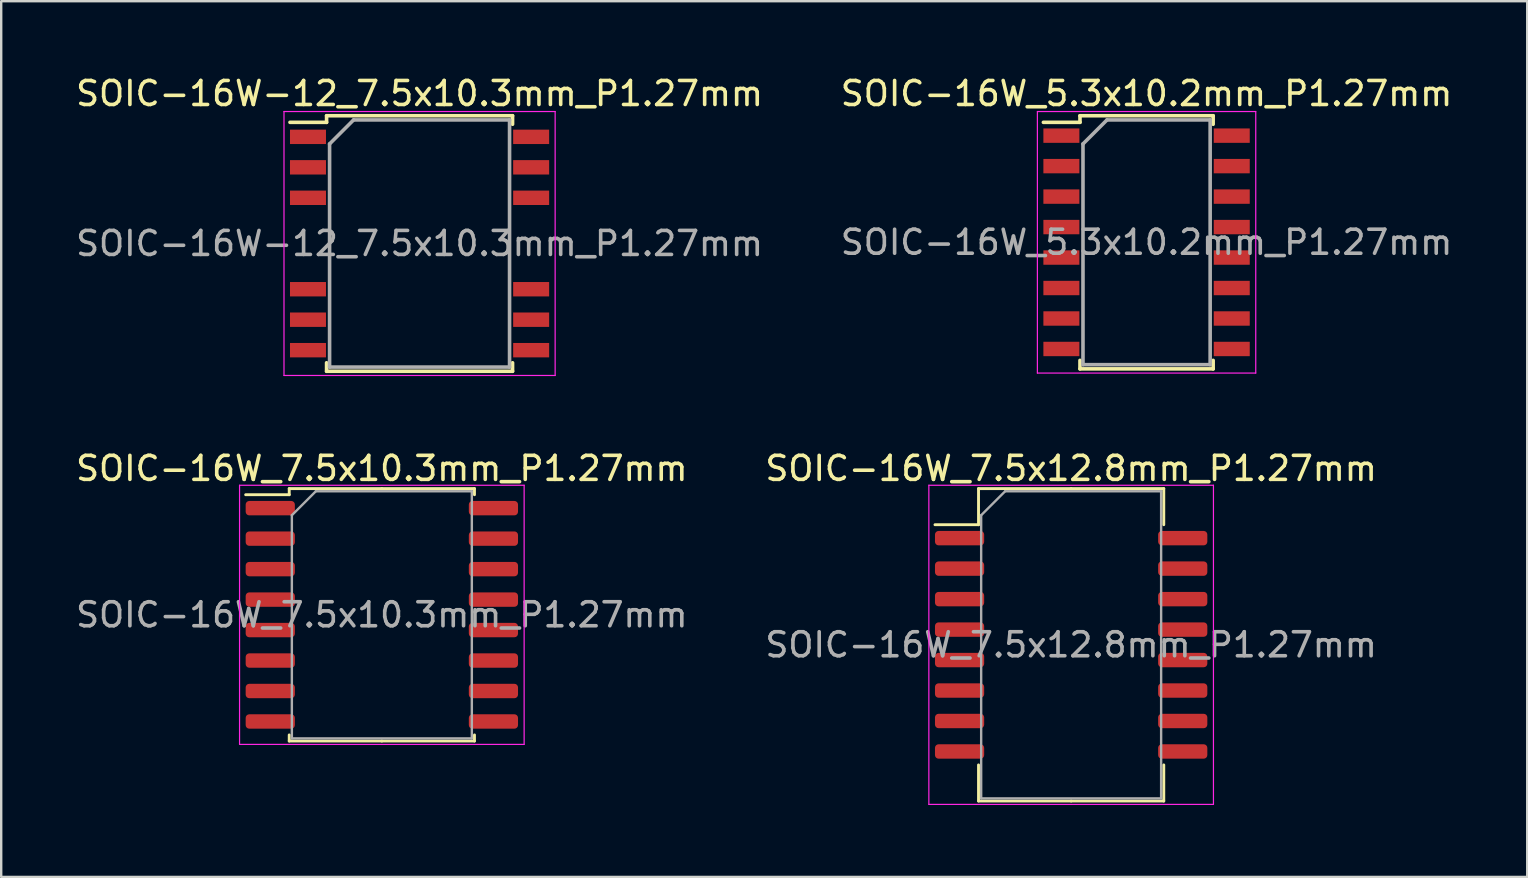
<source format=kicad_pcb>
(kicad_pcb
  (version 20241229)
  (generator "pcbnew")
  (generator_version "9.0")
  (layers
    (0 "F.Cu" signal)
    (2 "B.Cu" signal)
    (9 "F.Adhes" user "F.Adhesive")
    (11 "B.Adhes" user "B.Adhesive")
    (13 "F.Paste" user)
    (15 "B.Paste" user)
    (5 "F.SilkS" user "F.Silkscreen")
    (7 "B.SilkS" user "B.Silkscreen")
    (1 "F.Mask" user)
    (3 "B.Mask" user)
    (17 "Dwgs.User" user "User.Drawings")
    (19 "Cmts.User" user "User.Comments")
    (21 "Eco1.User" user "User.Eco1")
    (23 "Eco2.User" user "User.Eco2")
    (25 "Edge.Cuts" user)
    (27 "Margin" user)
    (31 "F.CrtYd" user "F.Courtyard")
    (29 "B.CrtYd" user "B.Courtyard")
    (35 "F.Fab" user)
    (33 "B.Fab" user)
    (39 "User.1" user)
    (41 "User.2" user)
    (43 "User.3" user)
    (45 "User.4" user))
  (footprint "SOIC-16W_7.5x10.3mm_P1.27mm"
    (layer "F.Cu")
    (at 12.863 22.572)
    (property "Reference" "SOIC-16W_7.5x10.3mm_P1.27mm" (at 0 -6.1 0) (layer "F.SilkS") (effects (font (size 1 1) (thickness 0.15))))
    (attr smd)
    (fp_line (start -3.86 -5.26) (end -3.86 -5.005) (stroke (width 0.12) (type solid)) (layer "F.SilkS"))
    (fp_line (start -3.86 -5.005) (end -5.675 -5.005) (stroke (width 0.12) (type solid)) (layer "F.SilkS"))
    (fp_line (start -3.86 5.26) (end -3.86 5.005) (stroke (width 0.12) (type solid)) (layer "F.SilkS"))
    (fp_line (start 0 -5.26) (end -3.86 -5.26) (stroke (width 0.12) (type solid)) (layer "F.SilkS"))
    (fp_line (start 0 -5.26) (end 3.86 -5.26) (stroke (width 0.12) (type solid)) (layer "F.SilkS"))
    (fp_line (start 0 5.26) (end -3.86 5.26) (stroke (width 0.12) (type solid)) (layer "F.SilkS"))
    (fp_line (start 0 5.26) (end 3.86 5.26) (stroke (width 0.12) (type solid)) (layer "F.SilkS"))
    (fp_line (start 3.86 -5.26) (end 3.86 -5.005) (stroke (width 0.12) (type solid)) (layer "F.SilkS"))
    (fp_line (start 3.86 5.26) (end 3.86 5.005) (stroke (width 0.12) (type solid)) (layer "F.SilkS"))
    (fp_line (start -5.93 -5.4) (end -5.93 5.4) (stroke (width 0.05) (type solid)) (layer "F.CrtYd"))
    (fp_line (start -5.93 5.4) (end 5.93 5.4) (stroke (width 0.05) (type solid)) (layer "F.CrtYd"))
    (fp_line (start 5.93 -5.4) (end -5.93 -5.4) (stroke (width 0.05) (type solid)) (layer "F.CrtYd"))
    (fp_line (start 5.93 5.4) (end 5.93 -5.4) (stroke (width 0.05) (type solid)) (layer "F.CrtYd"))
    (fp_line (start -3.75 -4.15) (end -2.75 -5.15) (stroke (width 0.1) (type solid)) (layer "F.Fab"))
    (fp_line (start -3.75 5.15) (end -3.75 -4.15) (stroke (width 0.1) (type solid)) (layer "F.Fab"))
    (fp_line (start -2.75 -5.15) (end 3.75 -5.15) (stroke (width 0.1) (type solid)) (layer "F.Fab"))
    (fp_line (start 3.75 -5.15) (end 3.75 5.15) (stroke (width 0.1) (type solid)) (layer "F.Fab"))
    (fp_line (start 3.75 5.15) (end -3.75 5.15) (stroke (width 0.1) (type solid)) (layer "F.Fab"))
    (fp_text user "${REFERENCE}" (at 0 0 0) (layer "F.Fab") (effects (font (size 1 1) (thickness 0.15))))
    (pad "1" smd roundrect (at -4.65 -4.445) (size 2.05 0.6) (layers "F.Cu" "F.Mask" "F.Paste") (roundrect_rratio 0.25))
    (pad "2" smd roundrect (at -4.65 -3.175) (size 2.05 0.6) (layers "F.Cu" "F.Mask" "F.Paste") (roundrect_rratio 0.25))
    (pad "3" smd roundrect (at -4.65 -1.905) (size 2.05 0.6) (layers "F.Cu" "F.Mask" "F.Paste") (roundrect_rratio 0.25))
    (pad "4" smd roundrect (at -4.65 -0.635) (size 2.05 0.6) (layers "F.Cu" "F.Mask" "F.Paste") (roundrect_rratio 0.25))
    (pad "5" smd roundrect (at -4.65 0.635) (size 2.05 0.6) (layers "F.Cu" "F.Mask" "F.Paste") (roundrect_rratio 0.25))
    (pad "6" smd roundrect (at -4.65 1.905) (size 2.05 0.6) (layers "F.Cu" "F.Mask" "F.Paste") (roundrect_rratio 0.25))
    (pad "7" smd roundrect (at -4.65 3.175) (size 2.05 0.6) (layers "F.Cu" "F.Mask" "F.Paste") (roundrect_rratio 0.25))
    (pad "8" smd roundrect (at -4.65 4.445) (size 2.05 0.6) (layers "F.Cu" "F.Mask" "F.Paste") (roundrect_rratio 0.25))
    (pad "9" smd roundrect (at 4.65 4.445) (size 2.05 0.6) (layers "F.Cu" "F.Mask" "F.Paste") (roundrect_rratio 0.25))
    (pad "10" smd roundrect (at 4.65 3.175) (size 2.05 0.6) (layers "F.Cu" "F.Mask" "F.Paste") (roundrect_rratio 0.25))
    (pad "11" smd roundrect (at 4.65 1.905) (size 2.05 0.6) (layers "F.Cu" "F.Mask" "F.Paste") (roundrect_rratio 0.25))
    (pad "12" smd roundrect (at 4.65 0.635) (size 2.05 0.6) (layers "F.Cu" "F.Mask" "F.Paste") (roundrect_rratio 0.25))
    (pad "13" smd roundrect (at 4.65 -0.635) (size 2.05 0.6) (layers "F.Cu" "F.Mask" "F.Paste") (roundrect_rratio 0.25))
    (pad "14" smd roundrect (at 4.65 -1.905) (size 2.05 0.6) (layers "F.Cu" "F.Mask" "F.Paste") (roundrect_rratio 0.25))
    (pad "15" smd roundrect (at 4.65 -3.175) (size 2.05 0.6) (layers "F.Cu" "F.Mask" "F.Paste") (roundrect_rratio 0.25))
    (pad "16" smd roundrect (at 4.65 -4.445) (size 2.05 0.6) (layers "F.Cu" "F.Mask" "F.Paste") (roundrect_rratio 0.25)))
  (footprint "SOIC-16W_7.5x12.8mm_P1.27mm"
    (layer "F.Cu")
    (at 41.589 23.822)
    (property "Reference" "SOIC-16W_7.5x12.8mm_P1.27mm" (at 0 -7.35 0) (layer "F.SilkS") (effects (font (size 1 1) (thickness 0.15))))
    (attr smd)
    (fp_line (start -3.86 -6.51) (end -3.86 -5.005) (stroke (width 0.12) (type solid)) (layer "F.SilkS"))
    (fp_line (start -3.86 -5.005) (end -5.675 -5.005) (stroke (width 0.12) (type solid)) (layer "F.SilkS"))
    (fp_line (start -3.86 6.51) (end -3.86 5.005) (stroke (width 0.12) (type solid)) (layer "F.SilkS"))
    (fp_line (start 0 -6.51) (end -3.86 -6.51) (stroke (width 0.12) (type solid)) (layer "F.SilkS"))
    (fp_line (start 0 -6.51) (end 3.86 -6.51) (stroke (width 0.12) (type solid)) (layer "F.SilkS"))
    (fp_line (start 0 6.51) (end -3.86 6.51) (stroke (width 0.12) (type solid)) (layer "F.SilkS"))
    (fp_line (start 0 6.51) (end 3.86 6.51) (stroke (width 0.12) (type solid)) (layer "F.SilkS"))
    (fp_line (start 3.86 -6.51) (end 3.86 -5.005) (stroke (width 0.12) (type solid)) (layer "F.SilkS"))
    (fp_line (start 3.86 6.51) (end 3.86 5.005) (stroke (width 0.12) (type solid)) (layer "F.SilkS"))
    (fp_line (start -5.93 -6.65) (end -5.93 6.65) (stroke (width 0.05) (type solid)) (layer "F.CrtYd"))
    (fp_line (start -5.93 6.65) (end 5.93 6.65) (stroke (width 0.05) (type solid)) (layer "F.CrtYd"))
    (fp_line (start 5.93 -6.65) (end -5.93 -6.65) (stroke (width 0.05) (type solid)) (layer "F.CrtYd"))
    (fp_line (start 5.93 6.65) (end 5.93 -6.65) (stroke (width 0.05) (type solid)) (layer "F.CrtYd"))
    (fp_line (start -3.75 -5.4) (end -2.75 -6.4) (stroke (width 0.1) (type solid)) (layer "F.Fab"))
    (fp_line (start -3.75 6.4) (end -3.75 -5.4) (stroke (width 0.1) (type solid)) (layer "F.Fab"))
    (fp_line (start -2.75 -6.4) (end 3.75 -6.4) (stroke (width 0.1) (type solid)) (layer "F.Fab"))
    (fp_line (start 3.75 -6.4) (end 3.75 6.4) (stroke (width 0.1) (type solid)) (layer "F.Fab"))
    (fp_line (start 3.75 6.4) (end -3.75 6.4) (stroke (width 0.1) (type solid)) (layer "F.Fab"))
    (fp_text user "${REFERENCE}" (at 0 0 0) (layer "F.Fab") (effects (font (size 1 1) (thickness 0.15))))
    (pad "1" smd roundrect (at -4.65 -4.445) (size 2.05 0.6) (layers "F.Cu" "F.Mask" "F.Paste") (roundrect_rratio 0.25))
    (pad "2" smd roundrect (at -4.65 -3.175) (size 2.05 0.6) (layers "F.Cu" "F.Mask" "F.Paste") (roundrect_rratio 0.25))
    (pad "3" smd roundrect (at -4.65 -1.905) (size 2.05 0.6) (layers "F.Cu" "F.Mask" "F.Paste") (roundrect_rratio 0.25))
    (pad "4" smd roundrect (at -4.65 -0.635) (size 2.05 0.6) (layers "F.Cu" "F.Mask" "F.Paste") (roundrect_rratio 0.25))
    (pad "5" smd roundrect (at -4.65 0.635) (size 2.05 0.6) (layers "F.Cu" "F.Mask" "F.Paste") (roundrect_rratio 0.25))
    (pad "6" smd roundrect (at -4.65 1.905) (size 2.05 0.6) (layers "F.Cu" "F.Mask" "F.Paste") (roundrect_rratio 0.25))
    (pad "7" smd roundrect (at -4.65 3.175) (size 2.05 0.6) (layers "F.Cu" "F.Mask" "F.Paste") (roundrect_rratio 0.25))
    (pad "8" smd roundrect (at -4.65 4.445) (size 2.05 0.6) (layers "F.Cu" "F.Mask" "F.Paste") (roundrect_rratio 0.25))
    (pad "9" smd roundrect (at 4.65 4.445) (size 2.05 0.6) (layers "F.Cu" "F.Mask" "F.Paste") (roundrect_rratio 0.25))
    (pad "10" smd roundrect (at 4.65 3.175) (size 2.05 0.6) (layers "F.Cu" "F.Mask" "F.Paste") (roundrect_rratio 0.25))
    (pad "11" smd roundrect (at 4.65 1.905) (size 2.05 0.6) (layers "F.Cu" "F.Mask" "F.Paste") (roundrect_rratio 0.25))
    (pad "12" smd roundrect (at 4.65 0.635) (size 2.05 0.6) (layers "F.Cu" "F.Mask" "F.Paste") (roundrect_rratio 0.25))
    (pad "13" smd roundrect (at 4.65 -0.635) (size 2.05 0.6) (layers "F.Cu" "F.Mask" "F.Paste") (roundrect_rratio 0.25))
    (pad "14" smd roundrect (at 4.65 -1.905) (size 2.05 0.6) (layers "F.Cu" "F.Mask" "F.Paste") (roundrect_rratio 0.25))
    (pad "15" smd roundrect (at 4.65 -3.175) (size 2.05 0.6) (layers "F.Cu" "F.Mask" "F.Paste") (roundrect_rratio 0.25))
    (pad "16" smd roundrect (at 4.65 -4.445) (size 2.05 0.6) (layers "F.Cu" "F.Mask" "F.Paste") (roundrect_rratio 0.25)))
  (footprint "SOIC-16W_5.3x10.2mm_P1.27mm"
    (layer "F.Cu")
    (at 44.732 7.048)
    (property "Reference" "SOIC-16W_5.3x10.2mm_P1.27mm" (at 0 -6.2 0) (layer "F.SilkS") (effects (font (size 1 1) (thickness 0.15))))
    (attr smd)
    (fp_line (start -2.775 -5.275) (end -2.775 -5) (stroke (width 0.15) (type solid)) (layer "F.SilkS"))
    (fp_line (start -2.775 -5.275) (end 2.775 -5.275) (stroke (width 0.15) (type solid)) (layer "F.SilkS"))
    (fp_line (start -2.775 -5) (end -4.3 -5) (stroke (width 0.15) (type solid)) (layer "F.SilkS"))
    (fp_line (start -2.775 5.275) (end -2.775 4.92) (stroke (width 0.15) (type solid)) (layer "F.SilkS"))
    (fp_line (start -2.775 5.275) (end 2.775 5.275) (stroke (width 0.15) (type solid)) (layer "F.SilkS"))
    (fp_line (start 2.775 -5.275) (end 2.775 -4.92) (stroke (width 0.15) (type solid)) (layer "F.SilkS"))
    (fp_line (start 2.775 5.275) (end 2.775 4.92) (stroke (width 0.15) (type solid)) (layer "F.SilkS"))
    (fp_line (start -4.55 -5.45) (end -4.55 5.45) (stroke (width 0.05) (type solid)) (layer "F.CrtYd"))
    (fp_line (start -4.55 -5.45) (end 4.55 -5.45) (stroke (width 0.05) (type solid)) (layer "F.CrtYd"))
    (fp_line (start -4.55 5.45) (end 4.55 5.45) (stroke (width 0.05) (type solid)) (layer "F.CrtYd"))
    (fp_line (start 4.55 -5.45) (end 4.55 5.45) (stroke (width 0.05) (type solid)) (layer "F.CrtYd"))
    (fp_line (start -2.65 -4.1) (end -1.65 -5.1) (stroke (width 0.15) (type solid)) (layer "F.Fab"))
    (fp_line (start -2.65 5.1) (end -2.65 -4.1) (stroke (width 0.15) (type solid)) (layer "F.Fab"))
    (fp_line (start -1.65 -5.1) (end 2.65 -5.1) (stroke (width 0.15) (type solid)) (layer "F.Fab"))
    (fp_line (start 2.65 -5.1) (end 2.65 5.1) (stroke (width 0.15) (type solid)) (layer "F.Fab"))
    (fp_line (start 2.65 5.1) (end -2.65 5.1) (stroke (width 0.15) (type solid)) (layer "F.Fab"))
    (fp_text user "${REFERENCE}" (at 0 0 0) (layer "F.Fab") (effects (font (size 1 1) (thickness 0.15))))
    (pad "1" smd rect (at -3.55 -4.445) (size 1.5 0.6) (layers "F.Cu" "F.Mask" "F.Paste"))
    (pad "2" smd rect (at -3.55 -3.175) (size 1.5 0.6) (layers "F.Cu" "F.Mask" "F.Paste"))
    (pad "3" smd rect (at -3.55 -1.905) (size 1.5 0.6) (layers "F.Cu" "F.Mask" "F.Paste"))
    (pad "4" smd rect (at -3.55 -0.635) (size 1.5 0.6) (layers "F.Cu" "F.Mask" "F.Paste"))
    (pad "5" smd rect (at -3.55 0.635) (size 1.5 0.6) (layers "F.Cu" "F.Mask" "F.Paste"))
    (pad "6" smd rect (at -3.55 1.905) (size 1.5 0.6) (layers "F.Cu" "F.Mask" "F.Paste"))
    (pad "7" smd rect (at -3.55 3.175) (size 1.5 0.6) (layers "F.Cu" "F.Mask" "F.Paste"))
    (pad "8" smd rect (at -3.55 4.445) (size 1.5 0.6) (layers "F.Cu" "F.Mask" "F.Paste"))
    (pad "9" smd rect (at 3.55 4.445) (size 1.5 0.6) (layers "F.Cu" "F.Mask" "F.Paste"))
    (pad "10" smd rect (at 3.55 3.175) (size 1.5 0.6) (layers "F.Cu" "F.Mask" "F.Paste"))
    (pad "11" smd rect (at 3.55 1.905) (size 1.5 0.6) (layers "F.Cu" "F.Mask" "F.Paste"))
    (pad "12" smd rect (at 3.55 0.635) (size 1.5 0.6) (layers "F.Cu" "F.Mask" "F.Paste"))
    (pad "13" smd rect (at 3.55 -0.635) (size 1.5 0.6) (layers "F.Cu" "F.Mask" "F.Paste"))
    (pad "14" smd rect (at 3.55 -1.905) (size 1.5 0.6) (layers "F.Cu" "F.Mask" "F.Paste"))
    (pad "15" smd rect (at 3.55 -3.175) (size 1.5 0.6) (layers "F.Cu" "F.Mask" "F.Paste"))
    (pad "16" smd rect (at 3.55 -4.445) (size 1.5 0.6) (layers "F.Cu" "F.Mask" "F.Paste")))
  (footprint "SOIC-16W-12_7.5x10.3mm_P1.27mm"
    (layer "F.Cu")
    (at 14.435 7.098)
    (property "Reference" "SOIC-16W-12_7.5x10.3mm_P1.27mm" (at 0 -6.25 0) (layer "F.SilkS") (effects (font (size 1 1) (thickness 0.15))))
    (attr smd)
    (fp_line (start -3.875 -5.325) (end -3.875 -5.05) (stroke (width 0.15) (type solid)) (layer "F.SilkS"))
    (fp_line (start -3.875 -5.325) (end 3.875 -5.325) (stroke (width 0.15) (type solid)) (layer "F.SilkS"))
    (fp_line (start -3.875 -5.05) (end -5.4 -5.05) (stroke (width 0.15) (type solid)) (layer "F.SilkS"))
    (fp_line (start -3.875 5.325) (end -3.875 4.97) (stroke (width 0.15) (type solid)) (layer "F.SilkS"))
    (fp_line (start -3.875 5.325) (end 3.875 5.325) (stroke (width 0.15) (type solid)) (layer "F.SilkS"))
    (fp_line (start 3.875 -5.325) (end 3.875 -4.97) (stroke (width 0.15) (type solid)) (layer "F.SilkS"))
    (fp_line (start 3.875 5.325) (end 3.875 4.97) (stroke (width 0.15) (type solid)) (layer "F.SilkS"))
    (fp_line (start -5.65 -5.5) (end -5.65 5.5) (stroke (width 0.05) (type solid)) (layer "F.CrtYd"))
    (fp_line (start -5.65 -5.5) (end 5.65 -5.5) (stroke (width 0.05) (type solid)) (layer "F.CrtYd"))
    (fp_line (start -5.65 5.5) (end 5.65 5.5) (stroke (width 0.05) (type solid)) (layer "F.CrtYd"))
    (fp_line (start 5.65 -5.5) (end 5.65 5.5) (stroke (width 0.05) (type solid)) (layer "F.CrtYd"))
    (fp_line (start -3.75 -4.15) (end -2.75 -5.15) (stroke (width 0.15) (type solid)) (layer "F.Fab"))
    (fp_line (start -3.75 5.15) (end -3.75 -4.15) (stroke (width 0.15) (type solid)) (layer "F.Fab"))
    (fp_line (start -2.75 -5.15) (end 3.75 -5.15) (stroke (width 0.15) (type solid)) (layer "F.Fab"))
    (fp_line (start 3.75 -5.15) (end 3.75 5.15) (stroke (width 0.15) (type solid)) (layer "F.Fab"))
    (fp_line (start 3.75 5.15) (end -3.75 5.15) (stroke (width 0.15) (type solid)) (layer "F.Fab"))
    (fp_text user "${REFERENCE}" (at 0 0 0) (layer "F.Fab") (effects (font (size 1 1) (thickness 0.15))))
    (pad "1" smd rect (at -4.65 -4.445) (size 1.5 0.6) (layers "F.Cu" "F.Mask" "F.Paste"))
    (pad "2" smd rect (at -4.65 -3.175) (size 1.5 0.6) (layers "F.Cu" "F.Mask" "F.Paste"))
    (pad "3" smd rect (at -4.65 -1.905) (size 1.5 0.6) (layers "F.Cu" "F.Mask" "F.Paste"))
    (pad "6" smd rect (at -4.65 1.905) (size 1.5 0.6) (layers "F.Cu" "F.Mask" "F.Paste"))
    (pad "7" smd rect (at -4.65 3.175) (size 1.5 0.6) (layers "F.Cu" "F.Mask" "F.Paste"))
    (pad "8" smd rect (at -4.65 4.445) (size 1.5 0.6) (layers "F.Cu" "F.Mask" "F.Paste"))
    (pad "9" smd rect (at 4.65 4.445) (size 1.5 0.6) (layers "F.Cu" "F.Mask" "F.Paste"))
    (pad "10" smd rect (at 4.65 3.175) (size 1.5 0.6) (layers "F.Cu" "F.Mask" "F.Paste"))
    (pad "11" smd rect (at 4.65 1.905) (size 1.5 0.6) (layers "F.Cu" "F.Mask" "F.Paste"))
    (pad "14" smd rect (at 4.65 -1.905) (size 1.5 0.6) (layers "F.Cu" "F.Mask" "F.Paste"))
    (pad "15" smd rect (at 4.65 -3.175) (size 1.5 0.6) (layers "F.Cu" "F.Mask" "F.Paste"))
    (pad "16" smd rect (at 4.65 -4.445) (size 1.5 0.6) (layers "F.Cu" "F.Mask" "F.Paste")))
  (gr_rect
    (start -3 -3)
    (end 60.595 33.496)
    (stroke (width 0.1) (type default))
    (fill no)
    (layer "Edge.Cuts")))
</source>
